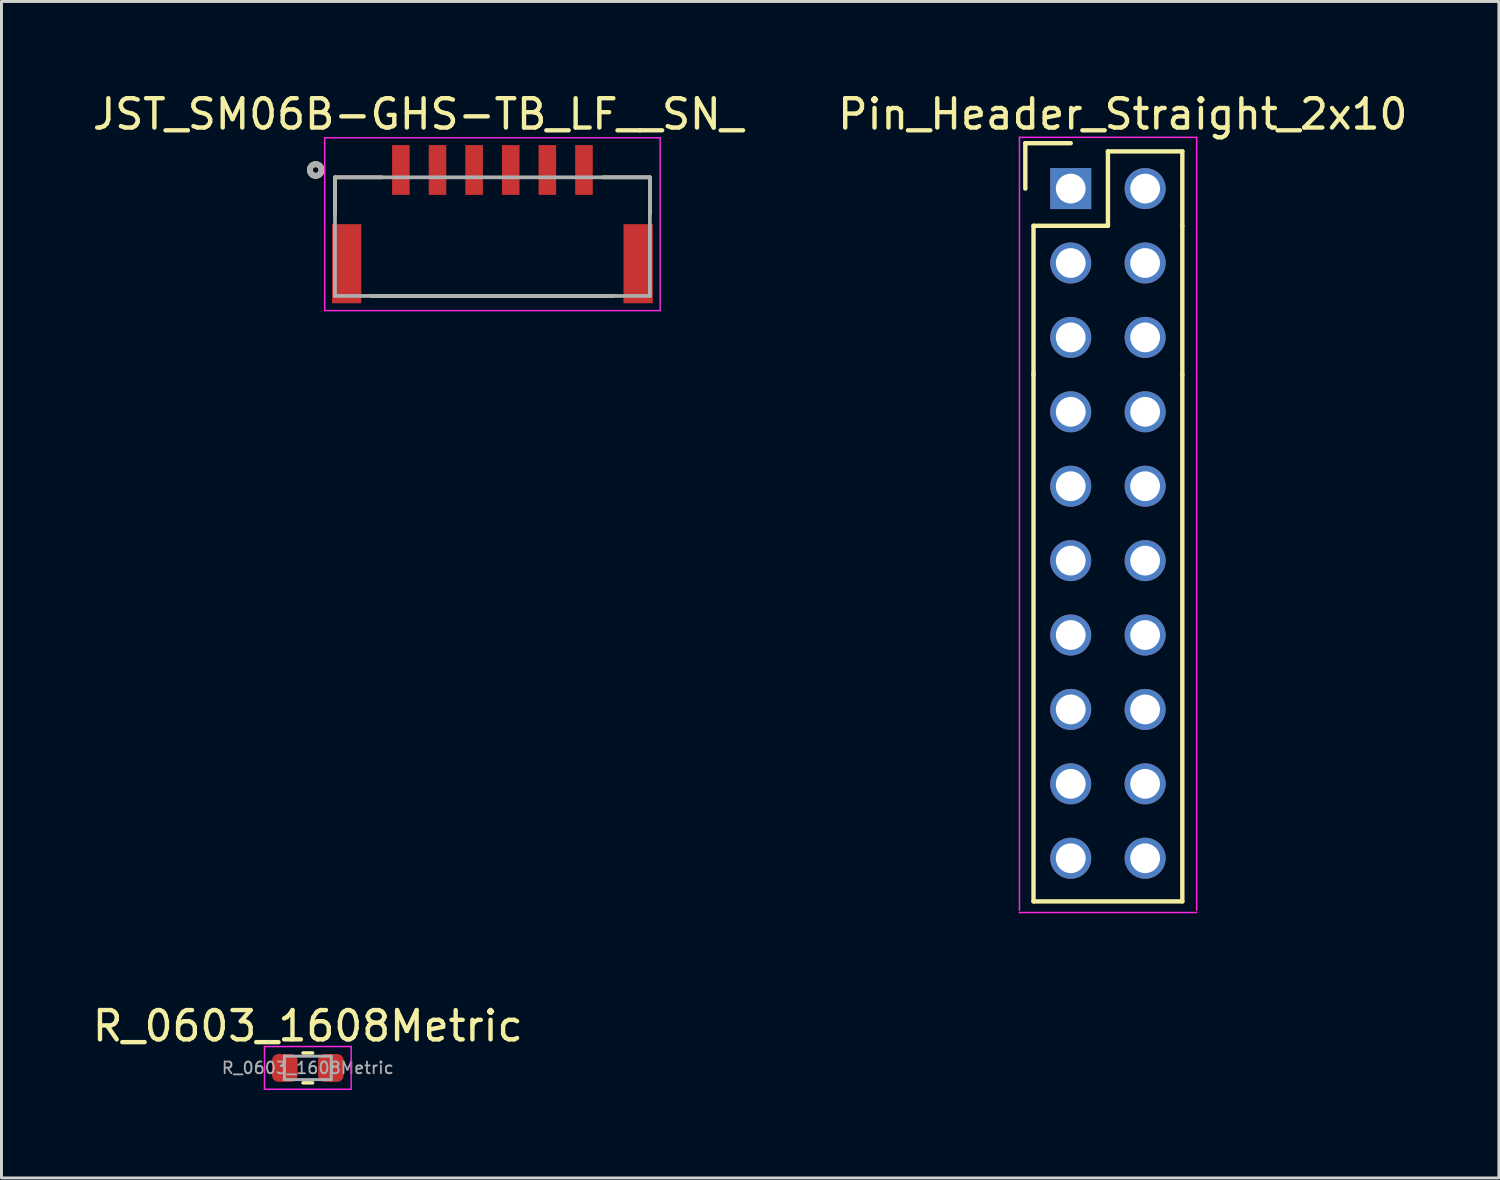
<source format=kicad_pcb>
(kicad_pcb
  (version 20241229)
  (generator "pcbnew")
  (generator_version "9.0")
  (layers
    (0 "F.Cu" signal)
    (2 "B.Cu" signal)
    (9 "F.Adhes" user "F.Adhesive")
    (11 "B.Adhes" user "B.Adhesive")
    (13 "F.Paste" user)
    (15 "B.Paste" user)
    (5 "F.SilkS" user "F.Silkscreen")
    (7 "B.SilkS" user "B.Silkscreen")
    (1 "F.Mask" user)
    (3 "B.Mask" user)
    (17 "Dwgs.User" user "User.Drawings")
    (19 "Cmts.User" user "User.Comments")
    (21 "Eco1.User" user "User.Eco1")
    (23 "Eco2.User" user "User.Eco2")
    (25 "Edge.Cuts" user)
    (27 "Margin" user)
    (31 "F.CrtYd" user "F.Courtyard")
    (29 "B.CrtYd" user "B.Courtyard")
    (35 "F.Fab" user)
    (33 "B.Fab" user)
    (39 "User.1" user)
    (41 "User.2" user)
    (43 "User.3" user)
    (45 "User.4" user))
  (footprint "JST_SM06B-GHS-TB_LF__SN_"
    (layer "F.Cu")
    (at 13.76 4.628)
    (property "Reference" "JST_SM06B-GHS-TB_LF__SN_" (at -2.54 -3.78 0) (layer "F.SilkS") (effects (font (size 1 1) (thickness 0.15))))
    (attr through_hole)
    (fp_line (start -5.375 -1.625) (end -5.375 -0.375) (stroke (width 0.127) (type solid)) (layer "F.SilkS"))
    (fp_line (start -5.375 -1.625) (end -3.775 -1.625) (stroke (width 0.127) (type solid)) (layer "F.SilkS"))
    (fp_line (start -4.125 2.425) (end 4.125 2.425) (stroke (width 0.127) (type solid)) (layer "F.SilkS"))
    (fp_line (start 5.375 -1.625) (end 3.775 -1.625) (stroke (width 0.127) (type solid)) (layer "F.SilkS"))
    (fp_line (start 5.375 -1.625) (end 5.375 -0.375) (stroke (width 0.127) (type solid)) (layer "F.SilkS"))
    (fp_circle (center -6.032 -1.875) (end -5.933 -1.875) (stroke (width 0.2) (type solid)) (fill no) (layer "F.SilkS"))
    (fp_line (start -5.725 -2.975) (end -5.725 2.925) (stroke (width 0.05) (type solid)) (layer "F.CrtYd"))
    (fp_line (start -5.725 2.925) (end 5.725 2.925) (stroke (width 0.05) (type solid)) (layer "F.CrtYd"))
    (fp_line (start 5.725 -2.975) (end -5.725 -2.975) (stroke (width 0.05) (type solid)) (layer "F.CrtYd"))
    (fp_line (start 5.725 2.925) (end 5.725 -2.975) (stroke (width 0.05) (type solid)) (layer "F.CrtYd"))
    (fp_line (start -5.375 -1.625) (end -5.375 2.425) (stroke (width 0.127) (type solid)) (layer "F.Fab"))
    (fp_line (start -5.375 2.425) (end 5.375 2.425) (stroke (width 0.127) (type solid)) (layer "F.Fab"))
    (fp_line (start 5.375 -1.625) (end -5.375 -1.625) (stroke (width 0.127) (type solid)) (layer "F.Fab"))
    (fp_line (start 5.375 2.425) (end 5.375 -1.625) (stroke (width 0.127) (type solid)) (layer "F.Fab"))
    (fp_circle (center -6.032 -1.875) (end -5.933 -1.875) (stroke (width 0.2) (type solid)) (fill no) (layer "F.Fab"))
    (pad "1" smd rect (at -3.125 -1.875) (size 0.6 1.7) (layers "F.Cu" "F.Mask" "F.Paste"))
    (pad "2" smd rect (at -1.875 -1.875) (size 0.6 1.7) (layers "F.Cu" "F.Mask" "F.Paste"))
    (pad "3" smd rect (at -0.625 -1.875) (size 0.6 1.7) (layers "F.Cu" "F.Mask" "F.Paste"))
    (pad "4" smd rect (at 0.625 -1.875) (size 0.6 1.7) (layers "F.Cu" "F.Mask" "F.Paste"))
    (pad "5" smd rect (at 1.875 -1.875) (size 0.6 1.7) (layers "F.Cu" "F.Mask" "F.Paste"))
    (pad "6" smd rect (at 3.125 -1.875) (size 0.6 1.7) (layers "F.Cu" "F.Mask" "F.Paste"))
    (pad "S1" smd rect (at -4.975 1.325) (size 1 2.7) (layers "F.Cu" "F.Mask" "F.Paste"))
    (pad "S2" smd rect (at 4.975 1.325) (size 1 2.7) (layers "F.Cu" "F.Mask" "F.Paste")))
  (footprint "Pin_Header_Straight_2x10"
    (layer "F.Cu")
    (at 33.502 3.388)
    (property "Reference" "Pin_Header_Straight_2x10" (at 1.778 -2.54 0) (layer "F.SilkS") (effects (font (size 1 1) (thickness 0.15))))
    (attr through_hole)
    (fp_line (start -1.55 -1.55) (end -1.55 0) (stroke (width 0.15) (type solid)) (layer "F.SilkS"))
    (fp_line (start -1.55 -1.55) (end 0 -1.55) (stroke (width 0.15) (type solid)) (layer "F.SilkS"))
    (fp_line (start -1.27 1.27) (end -1.27 6.35) (stroke (width 0.15) (type solid)) (layer "F.SilkS"))
    (fp_line (start -1.27 6.325) (end -1.27 24.333) (stroke (width 0.15) (type solid)) (layer "F.SilkS"))
    (fp_line (start -1.27 24.333) (end 3.81 24.333) (stroke (width 0.15) (type solid)) (layer "F.SilkS"))
    (fp_line (start 1.27 -1.27) (end 1.27 1.27) (stroke (width 0.15) (type solid)) (layer "F.SilkS"))
    (fp_line (start 1.27 1.27) (end -1.27 1.27) (stroke (width 0.15) (type solid)) (layer "F.SilkS"))
    (fp_line (start 3.81 -1.27) (end 1.27 -1.27) (stroke (width 0.15) (type solid)) (layer "F.SilkS"))
    (fp_line (start 3.81 1.27) (end 3.81 -1.27) (stroke (width 0.15) (type solid)) (layer "F.SilkS"))
    (fp_line (start 3.81 6.35) (end 3.81 1.27) (stroke (width 0.15) (type solid)) (layer "F.SilkS"))
    (fp_line (start 3.81 6.35) (end 3.81 24.333) (stroke (width 0.15) (type solid)) (layer "F.SilkS"))
    (fp_line (start -1.757 24.714) (end 4.293 24.714) (stroke (width 0.05) (type solid)) (layer "F.CrtYd"))
    (fp_line (start -1.75 -1.75) (end -1.75 24.638) (stroke (width 0.05) (type solid)) (layer "F.CrtYd"))
    (fp_line (start -1.75 -1.75) (end 4.3 -1.75) (stroke (width 0.05) (type solid)) (layer "F.CrtYd"))
    (fp_line (start 4.3 -1.75) (end 4.3 24.638) (stroke (width 0.05) (type solid)) (layer "F.CrtYd"))
    (pad "1" thru_hole rect (at 0 0) (size 1.4 1.4) (drill 1.016) (layers "*.Cu" "*.Mask"))
    (pad "2" thru_hole circle (at 2.54 0) (size 1.4 1.4) (drill 1.016) (layers "*.Cu" "*.Mask"))
    (pad "3" thru_hole circle (at 0 2.54) (size 1.4 1.4) (drill 1.016) (layers "*.Cu" "*.Mask"))
    (pad "4" thru_hole circle (at 2.54 2.54) (size 1.4 1.4) (drill 1.016) (layers "*.Cu" "*.Mask"))
    (pad "5" thru_hole circle (at 0 5.08) (size 1.4 1.4) (drill 1.016) (layers "*.Cu" "*.Mask"))
    (pad "6" thru_hole circle (at 2.54 5.08) (size 1.4 1.4) (drill 1.016) (layers "*.Cu" "*.Mask"))
    (pad "7" thru_hole circle (at 0 7.62) (size 1.4 1.4) (drill 1.016) (layers "*.Cu" "*.Mask"))
    (pad "8" thru_hole circle (at 2.54 7.62) (size 1.4 1.4) (drill 1.016) (layers "*.Cu" "*.Mask"))
    (pad "9" thru_hole circle (at 0 10.16) (size 1.4 1.4) (drill 1.016) (layers "*.Cu" "*.Mask"))
    (pad "10" thru_hole circle (at 2.54 10.16) (size 1.4 1.4) (drill 1.016) (layers "*.Cu" "*.Mask"))
    (pad "11" thru_hole circle (at 0 12.7) (size 1.4 1.4) (drill 1.016) (layers "*.Cu" "*.Mask"))
    (pad "12" thru_hole circle (at 2.54 12.7) (size 1.4 1.4) (drill 1.016) (layers "*.Cu" "*.Mask"))
    (pad "13" thru_hole circle (at 0 15.24) (size 1.4 1.4) (drill 1.016) (layers "*.Cu" "*.Mask"))
    (pad "14" thru_hole circle (at 2.54 15.24) (size 1.4 1.4) (drill 1.016) (layers "*.Cu" "*.Mask"))
    (pad "15" thru_hole circle (at 0 17.78) (size 1.4 1.4) (drill 1.016) (layers "*.Cu" "*.Mask"))
    (pad "16" thru_hole circle (at 2.54 17.78) (size 1.4 1.4) (drill 1.016) (layers "*.Cu" "*.Mask"))
    (pad "17" thru_hole circle (at 0 20.32) (size 1.4 1.4) (drill 1.016) (layers "*.Cu" "*.Mask"))
    (pad "18" thru_hole circle (at 2.54 20.32) (size 1.4 1.4) (drill 1.016) (layers "*.Cu" "*.Mask"))
    (pad "19" thru_hole circle (at 0 22.86) (size 1.4 1.4) (drill 1.016) (layers "*.Cu" "*.Mask"))
    (pad "20" thru_hole circle (at 2.54 22.86) (size 1.4 1.4) (drill 1.016) (layers "*.Cu" "*.Mask")))
  (footprint "R_0603_1608Metric"
    (layer "F.Cu")
    (at 7.458 33.406)
    (property "Reference" "R_0603_1608Metric" (at 0 -1.43 0) (layer "F.SilkS") (effects (font (size 1 1) (thickness 0.15))))
    (attr smd)
    (fp_line (start -0.163 -0.51) (end 0.163 -0.51) (stroke (width 0.12) (type solid)) (layer "F.SilkS"))
    (fp_line (start -0.163 0.51) (end 0.163 0.51) (stroke (width 0.12) (type solid)) (layer "F.SilkS"))
    (fp_line (start -1.48 -0.73) (end 1.48 -0.73) (stroke (width 0.05) (type solid)) (layer "F.CrtYd"))
    (fp_line (start -1.48 0.73) (end -1.48 -0.73) (stroke (width 0.05) (type solid)) (layer "F.CrtYd"))
    (fp_line (start 1.48 -0.73) (end 1.48 0.73) (stroke (width 0.05) (type solid)) (layer "F.CrtYd"))
    (fp_line (start 1.48 0.73) (end -1.48 0.73) (stroke (width 0.05) (type solid)) (layer "F.CrtYd"))
    (fp_line (start -0.8 -0.4) (end 0.8 -0.4) (stroke (width 0.1) (type solid)) (layer "F.Fab"))
    (fp_line (start -0.8 0.4) (end -0.8 -0.4) (stroke (width 0.1) (type solid)) (layer "F.Fab"))
    (fp_line (start 0.8 -0.4) (end 0.8 0.4) (stroke (width 0.1) (type solid)) (layer "F.Fab"))
    (fp_line (start 0.8 0.4) (end -0.8 0.4) (stroke (width 0.1) (type solid)) (layer "F.Fab"))
    (fp_text user "${REFERENCE}" (at 0 0 0) (layer "F.Fab") (effects (font (size 0.4 0.4) (thickness 0.06))))
    (pad "1" smd roundrect (at -0.787 0) (size 0.875 0.95) (layers "F.Cu" "F.Mask" "F.Paste") (roundrect_rratio 0.25))
    (pad "2" smd roundrect (at 0.787 0) (size 0.875 0.95) (layers "F.Cu" "F.Mask" "F.Paste") (roundrect_rratio 0.25)))
  (gr_rect
    (start -3 -3)
    (end 48.119 37.161)
    (stroke (width 0.1) (type default))
    (fill no)
    (layer "Edge.Cuts")))
</source>
